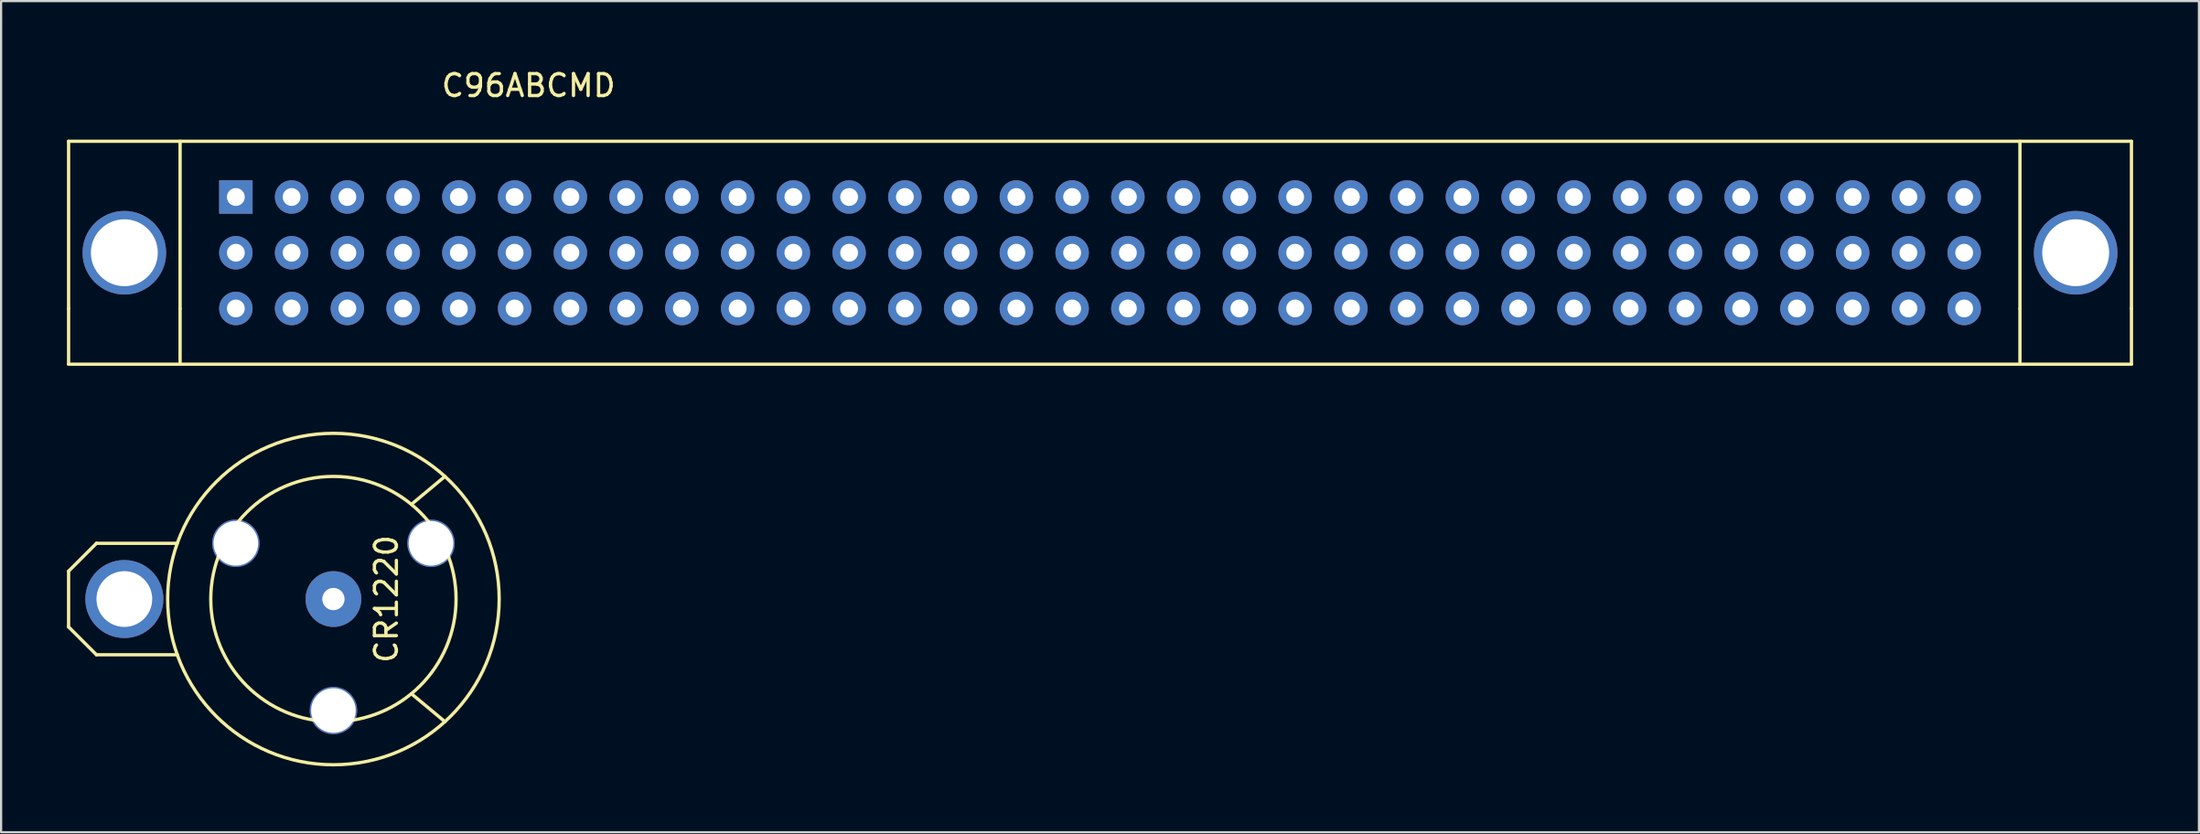
<source format=kicad_pcb>
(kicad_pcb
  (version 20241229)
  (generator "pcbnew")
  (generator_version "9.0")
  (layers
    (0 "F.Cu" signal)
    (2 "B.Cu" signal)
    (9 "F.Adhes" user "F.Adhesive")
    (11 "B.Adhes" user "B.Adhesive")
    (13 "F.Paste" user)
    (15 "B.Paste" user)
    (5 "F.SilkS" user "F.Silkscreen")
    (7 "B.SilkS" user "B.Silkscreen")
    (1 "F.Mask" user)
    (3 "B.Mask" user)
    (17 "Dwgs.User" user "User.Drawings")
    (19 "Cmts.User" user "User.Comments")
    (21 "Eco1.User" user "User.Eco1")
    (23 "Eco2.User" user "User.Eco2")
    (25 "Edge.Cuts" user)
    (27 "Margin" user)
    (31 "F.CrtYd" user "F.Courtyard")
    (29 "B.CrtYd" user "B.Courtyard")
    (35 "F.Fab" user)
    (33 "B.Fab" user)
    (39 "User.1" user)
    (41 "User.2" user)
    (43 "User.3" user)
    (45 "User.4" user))
  (footprint "C96ABCMD"
    (layer "F.Cu")
    (at 47.065 8.468)
    (property "Reference" "C96ABCMD" (at -26.035 -7.62 0) (layer "F.SilkS") (effects (font (size 1 1) (thickness 0.15))))
    (attr through_hole)
    (fp_line (start -46.99 -5.08) (end 46.99 -5.08) (stroke (width 0.15) (type solid)) (layer "F.SilkS"))
    (fp_line (start -46.99 2.54) (end -46.99 -5.08) (stroke (width 0.15) (type solid)) (layer "F.SilkS"))
    (fp_line (start -46.99 2.54) (end -46.99 5.08) (stroke (width 0.15) (type solid)) (layer "F.SilkS"))
    (fp_line (start -46.99 5.08) (end 46.99 5.08) (stroke (width 0.15) (type solid)) (layer "F.SilkS"))
    (fp_line (start -41.91 2.54) (end -41.91 -5.08) (stroke (width 0.15) (type solid)) (layer "F.SilkS"))
    (fp_line (start -41.91 2.54) (end -41.91 5.08) (stroke (width 0.15) (type solid)) (layer "F.SilkS"))
    (fp_line (start 41.91 2.54) (end 41.91 -5.08) (stroke (width 0.15) (type solid)) (layer "F.SilkS"))
    (fp_line (start 41.91 5.08) (end 41.91 2.54) (stroke (width 0.15) (type solid)) (layer "F.SilkS"))
    (fp_line (start 46.99 -5.08) (end 46.99 2.54) (stroke (width 0.15) (type solid)) (layer "F.SilkS"))
    (fp_line (start 46.99 5.08) (end 46.99 2.54) (stroke (width 0.15) (type solid)) (layer "F.SilkS"))
    (pad "65" thru_hole circle (at -44.45 0) (size 3.81 3.81) (drill 3.048) (layers "*.Cu" "*.Mask"))
    (pad "66" thru_hole circle (at 44.45 0) (size 3.81 3.81) (drill 3.048) (layers "*.Cu" "*.Mask"))
    (pad "A1" thru_hole rect (at -39.37 -2.54) (size 1.524 1.524) (drill 0.813) (layers "*.Cu" "*.Mask"))
    (pad "A2" thru_hole circle (at -36.83 -2.54) (size 1.524 1.524) (drill 0.813) (layers "*.Cu" "*.Mask"))
    (pad "A3" thru_hole circle (at -34.29 -2.54) (size 1.524 1.524) (drill 0.813) (layers "*.Cu" "*.Mask"))
    (pad "A4" thru_hole circle (at -31.75 -2.54) (size 1.524 1.524) (drill 0.813) (layers "*.Cu" "*.Mask"))
    (pad "A5" thru_hole circle (at -29.21 -2.54) (size 1.524 1.524) (drill 0.813) (layers "*.Cu" "*.Mask"))
    (pad "A6" thru_hole circle (at -26.67 -2.54) (size 1.524 1.524) (drill 0.813) (layers "*.Cu" "*.Mask"))
    (pad "A7" thru_hole circle (at -24.13 -2.54) (size 1.524 1.524) (drill 0.813) (layers "*.Cu" "*.Mask"))
    (pad "A8" thru_hole circle (at -21.59 -2.54) (size 1.524 1.524) (drill 0.813) (layers "*.Cu" "*.Mask"))
    (pad "A9" thru_hole circle (at -19.05 -2.54) (size 1.524 1.524) (drill 0.813) (layers "*.Cu" "*.Mask"))
    (pad "A10" thru_hole circle (at -16.51 -2.54) (size 1.524 1.524) (drill 0.813) (layers "*.Cu" "*.Mask"))
    (pad "A11" thru_hole circle (at -13.97 -2.54) (size 1.524 1.524) (drill 0.813) (layers "*.Cu" "*.Mask"))
    (pad "A12" thru_hole circle (at -11.43 -2.54) (size 1.524 1.524) (drill 0.813) (layers "*.Cu" "*.Mask"))
    (pad "A13" thru_hole circle (at -8.89 -2.54) (size 1.524 1.524) (drill 0.813) (layers "*.Cu" "*.Mask"))
    (pad "A14" thru_hole circle (at -6.35 -2.54) (size 1.524 1.524) (drill 0.813) (layers "*.Cu" "*.Mask"))
    (pad "A15" thru_hole circle (at -3.81 -2.54) (size 1.524 1.524) (drill 0.813) (layers "*.Cu" "*.Mask"))
    (pad "A16" thru_hole circle (at -1.27 -2.54) (size 1.524 1.524) (drill 0.813) (layers "*.Cu" "*.Mask"))
    (pad "A17" thru_hole circle (at 1.27 -2.54) (size 1.524 1.524) (drill 0.813) (layers "*.Cu" "*.Mask"))
    (pad "A18" thru_hole circle (at 3.81 -2.54) (size 1.524 1.524) (drill 0.813) (layers "*.Cu" "*.Mask"))
    (pad "A19" thru_hole circle (at 6.35 -2.54) (size 1.524 1.524) (drill 0.813) (layers "*.Cu" "*.Mask"))
    (pad "A20" thru_hole circle (at 8.89 -2.54) (size 1.524 1.524) (drill 0.813) (layers "*.Cu" "*.Mask"))
    (pad "A21" thru_hole circle (at 11.43 -2.54) (size 1.524 1.524) (drill 0.813) (layers "*.Cu" "*.Mask"))
    (pad "A22" thru_hole circle (at 13.97 -2.54) (size 1.524 1.524) (drill 0.813) (layers "*.Cu" "*.Mask"))
    (pad "A23" thru_hole circle (at 16.51 -2.54) (size 1.524 1.524) (drill 0.813) (layers "*.Cu" "*.Mask"))
    (pad "A24" thru_hole circle (at 19.05 -2.54) (size 1.524 1.524) (drill 0.813) (layers "*.Cu" "*.Mask"))
    (pad "A25" thru_hole circle (at 21.59 -2.54) (size 1.524 1.524) (drill 0.813) (layers "*.Cu" "*.Mask"))
    (pad "A26" thru_hole circle (at 24.13 -2.54) (size 1.524 1.524) (drill 0.813) (layers "*.Cu" "*.Mask"))
    (pad "A27" thru_hole circle (at 26.67 -2.54) (size 1.524 1.524) (drill 0.813) (layers "*.Cu" "*.Mask"))
    (pad "A28" thru_hole circle (at 29.21 -2.54) (size 1.524 1.524) (drill 0.813) (layers "*.Cu" "*.Mask"))
    (pad "A29" thru_hole circle (at 31.75 -2.54) (size 1.524 1.524) (drill 0.813) (layers "*.Cu" "*.Mask"))
    (pad "A30" thru_hole circle (at 34.29 -2.54) (size 1.524 1.524) (drill 0.813) (layers "*.Cu" "*.Mask"))
    (pad "A31" thru_hole circle (at 36.83 -2.54) (size 1.524 1.524) (drill 0.813) (layers "*.Cu" "*.Mask"))
    (pad "A32" thru_hole circle (at 39.37 -2.54) (size 1.524 1.524) (drill 0.813) (layers "*.Cu" "*.Mask"))
    (pad "B1" thru_hole circle (at -39.37 0) (size 1.524 1.524) (drill 0.813) (layers "*.Cu" "*.Mask"))
    (pad "B2" thru_hole circle (at -36.83 0) (size 1.524 1.524) (drill 0.813) (layers "*.Cu" "*.Mask"))
    (pad "B3" thru_hole circle (at -34.29 0) (size 1.524 1.524) (drill 0.813) (layers "*.Cu" "*.Mask"))
    (pad "B4" thru_hole circle (at -31.75 0) (size 1.524 1.524) (drill 0.813) (layers "*.Cu" "*.Mask"))
    (pad "B5" thru_hole circle (at -29.21 0) (size 1.524 1.524) (drill 0.813) (layers "*.Cu" "*.Mask"))
    (pad "B6" thru_hole circle (at -26.67 0) (size 1.524 1.524) (drill 0.813) (layers "*.Cu" "*.Mask"))
    (pad "B7" thru_hole circle (at -24.13 0) (size 1.524 1.524) (drill 0.813) (layers "*.Cu" "*.Mask"))
    (pad "B8" thru_hole circle (at -21.59 0) (size 1.524 1.524) (drill 0.813) (layers "*.Cu" "*.Mask"))
    (pad "B9" thru_hole circle (at -19.05 0) (size 1.524 1.524) (drill 0.813) (layers "*.Cu" "*.Mask"))
    (pad "B10" thru_hole circle (at -16.51 0) (size 1.524 1.524) (drill 0.813) (layers "*.Cu" "*.Mask"))
    (pad "B11" thru_hole circle (at -13.97 0) (size 1.524 1.524) (drill 0.813) (layers "*.Cu" "*.Mask"))
    (pad "B12" thru_hole circle (at -11.43 0) (size 1.524 1.524) (drill 0.813) (layers "*.Cu" "*.Mask"))
    (pad "B13" thru_hole circle (at -8.89 0) (size 1.524 1.524) (drill 0.813) (layers "*.Cu" "*.Mask"))
    (pad "B14" thru_hole circle (at -6.35 0) (size 1.524 1.524) (drill 0.813) (layers "*.Cu" "*.Mask"))
    (pad "B15" thru_hole circle (at -3.81 0) (size 1.524 1.524) (drill 0.813) (layers "*.Cu" "*.Mask"))
    (pad "B16" thru_hole circle (at -1.27 0) (size 1.524 1.524) (drill 0.813) (layers "*.Cu" "*.Mask"))
    (pad "B17" thru_hole circle (at 1.27 0) (size 1.524 1.524) (drill 0.813) (layers "*.Cu" "*.Mask"))
    (pad "B18" thru_hole circle (at 3.81 0) (size 1.524 1.524) (drill 0.813) (layers "*.Cu" "*.Mask"))
    (pad "B19" thru_hole circle (at 6.35 0) (size 1.524 1.524) (drill 0.813) (layers "*.Cu" "*.Mask"))
    (pad "B20" thru_hole circle (at 8.89 0) (size 1.524 1.524) (drill 0.813) (layers "*.Cu" "*.Mask"))
    (pad "B21" thru_hole circle (at 11.43 0) (size 1.524 1.524) (drill 0.813) (layers "*.Cu" "*.Mask"))
    (pad "B22" thru_hole circle (at 13.97 0) (size 1.524 1.524) (drill 0.813) (layers "*.Cu" "*.Mask"))
    (pad "B23" thru_hole circle (at 16.51 0) (size 1.524 1.524) (drill 0.813) (layers "*.Cu" "*.Mask"))
    (pad "B24" thru_hole circle (at 19.05 0) (size 1.524 1.524) (drill 0.813) (layers "*.Cu" "*.Mask"))
    (pad "B25" thru_hole circle (at 21.59 0) (size 1.524 1.524) (drill 0.813) (layers "*.Cu" "*.Mask"))
    (pad "B26" thru_hole circle (at 24.13 0) (size 1.524 1.524) (drill 0.813) (layers "*.Cu" "*.Mask"))
    (pad "B27" thru_hole circle (at 26.67 0) (size 1.524 1.524) (drill 0.813) (layers "*.Cu" "*.Mask"))
    (pad "B28" thru_hole circle (at 29.21 0) (size 1.524 1.524) (drill 0.813) (layers "*.Cu" "*.Mask"))
    (pad "B29" thru_hole circle (at 31.75 0) (size 1.524 1.524) (drill 0.813) (layers "*.Cu" "*.Mask"))
    (pad "B30" thru_hole circle (at 34.29 0) (size 1.524 1.524) (drill 0.813) (layers "*.Cu" "*.Mask"))
    (pad "B31" thru_hole circle (at 36.83 0) (size 1.524 1.524) (drill 0.813) (layers "*.Cu" "*.Mask"))
    (pad "B32" thru_hole circle (at 39.37 0) (size 1.524 1.524) (drill 0.813) (layers "*.Cu" "*.Mask"))
    (pad "C1" thru_hole circle (at -39.37 2.54) (size 1.524 1.524) (drill 0.813) (layers "*.Cu" "*.Mask"))
    (pad "C2" thru_hole circle (at -36.83 2.54) (size 1.524 1.524) (drill 0.813) (layers "*.Cu" "*.Mask"))
    (pad "C3" thru_hole circle (at -34.29 2.54) (size 1.524 1.524) (drill 0.813) (layers "*.Cu" "*.Mask"))
    (pad "C4" thru_hole circle (at -31.75 2.54) (size 1.524 1.524) (drill 0.813) (layers "*.Cu" "*.Mask"))
    (pad "C5" thru_hole circle (at -29.21 2.54) (size 1.524 1.524) (drill 0.813) (layers "*.Cu" "*.Mask"))
    (pad "C6" thru_hole circle (at -26.67 2.54) (size 1.524 1.524) (drill 0.813) (layers "*.Cu" "*.Mask"))
    (pad "C7" thru_hole circle (at -24.13 2.54) (size 1.524 1.524) (drill 0.813) (layers "*.Cu" "*.Mask"))
    (pad "C8" thru_hole circle (at -21.59 2.54) (size 1.524 1.524) (drill 0.813) (layers "*.Cu" "*.Mask"))
    (pad "C9" thru_hole circle (at -19.05 2.54) (size 1.524 1.524) (drill 0.813) (layers "*.Cu" "*.Mask"))
    (pad "C10" thru_hole circle (at -16.51 2.54) (size 1.524 1.524) (drill 0.813) (layers "*.Cu" "*.Mask"))
    (pad "C11" thru_hole circle (at -13.97 2.54) (size 1.524 1.524) (drill 0.813) (layers "*.Cu" "*.Mask"))
    (pad "C12" thru_hole circle (at -11.43 2.54) (size 1.524 1.524) (drill 0.813) (layers "*.Cu" "*.Mask"))
    (pad "C13" thru_hole circle (at -8.89 2.54) (size 1.524 1.524) (drill 0.813) (layers "*.Cu" "*.Mask"))
    (pad "C14" thru_hole circle (at -6.35 2.54) (size 1.524 1.524) (drill 0.813) (layers "*.Cu" "*.Mask"))
    (pad "C15" thru_hole circle (at -3.81 2.54) (size 1.524 1.524) (drill 0.813) (layers "*.Cu" "*.Mask"))
    (pad "C16" thru_hole circle (at -1.27 2.54) (size 1.524 1.524) (drill 0.813) (layers "*.Cu" "*.Mask"))
    (pad "C17" thru_hole circle (at 1.27 2.54) (size 1.524 1.524) (drill 0.813) (layers "*.Cu" "*.Mask"))
    (pad "C18" thru_hole circle (at 3.81 2.54) (size 1.524 1.524) (drill 0.813) (layers "*.Cu" "*.Mask"))
    (pad "C19" thru_hole circle (at 6.35 2.54) (size 1.524 1.524) (drill 0.813) (layers "*.Cu" "*.Mask"))
    (pad "C20" thru_hole circle (at 8.89 2.54) (size 1.524 1.524) (drill 0.813) (layers "*.Cu" "*.Mask"))
    (pad "C21" thru_hole circle (at 11.43 2.54) (size 1.524 1.524) (drill 0.813) (layers "*.Cu" "*.Mask"))
    (pad "C22" thru_hole circle (at 13.97 2.54) (size 1.524 1.524) (drill 0.813) (layers "*.Cu" "*.Mask"))
    (pad "C23" thru_hole circle (at 16.51 2.54) (size 1.524 1.524) (drill 0.813) (layers "*.Cu" "*.Mask"))
    (pad "C24" thru_hole circle (at 19.05 2.54) (size 1.524 1.524) (drill 0.813) (layers "*.Cu" "*.Mask"))
    (pad "C25" thru_hole circle (at 21.59 2.54) (size 1.524 1.524) (drill 0.813) (layers "*.Cu" "*.Mask"))
    (pad "C26" thru_hole circle (at 24.13 2.54) (size 1.524 1.524) (drill 0.813) (layers "*.Cu" "*.Mask"))
    (pad "C27" thru_hole circle (at 26.67 2.54) (size 1.524 1.524) (drill 0.813) (layers "*.Cu" "*.Mask"))
    (pad "C28" thru_hole circle (at 29.21 2.54) (size 1.524 1.524) (drill 0.813) (layers "*.Cu" "*.Mask"))
    (pad "C29" thru_hole circle (at 31.75 2.54) (size 1.524 1.524) (drill 0.813) (layers "*.Cu" "*.Mask"))
    (pad "C30" thru_hole circle (at 34.29 2.54) (size 1.524 1.524) (drill 0.813) (layers "*.Cu" "*.Mask"))
    (pad "C31" thru_hole circle (at 36.83 2.54) (size 1.524 1.524) (drill 0.813) (layers "*.Cu" "*.Mask"))
    (pad "C32" thru_hole circle (at 39.37 2.54) (size 1.524 1.524) (drill 0.813) (layers "*.Cu" "*.Mask")))
  (footprint "CR1220"
    (layer "F.Cu")
    (at 7.695 24.25)
    (property "Reference" "CR1220" (at 6.858 0 90) (layer "F.SilkS") (effects (font (size 1 1) (thickness 0.15))))
    (attr through_hole)
    (fp_line (start -7.62 -1.27) (end -6.35 -2.54) (stroke (width 0.15) (type solid)) (layer "F.SilkS"))
    (fp_line (start -7.62 1.27) (end -7.62 -1.27) (stroke (width 0.15) (type solid)) (layer "F.SilkS"))
    (fp_line (start -6.35 -2.54) (end -2.667 -2.54) (stroke (width 0.15) (type solid)) (layer "F.SilkS"))
    (fp_line (start -6.35 2.54) (end -7.62 1.27) (stroke (width 0.15) (type solid)) (layer "F.SilkS"))
    (fp_line (start -6.35 2.54) (end -2.667 2.54) (stroke (width 0.15) (type solid)) (layer "F.SilkS"))
    (fp_line (start 8.001 -4.318) (end 9.525 -5.588) (stroke (width 0.15) (type solid)) (layer "F.SilkS"))
    (fp_line (start 8.001 4.318) (end 9.525 5.588) (stroke (width 0.15) (type solid)) (layer "F.SilkS"))
    (fp_circle (center 4.445 0) (end -2.667 2.54) (stroke (width 0.15) (type solid)) (fill no) (layer "F.SilkS"))
    (fp_circle (center 4.445 0) (end -1.143 0) (stroke (width 0.15) (type solid)) (fill no) (layer "F.SilkS"))
    (pad "" thru_hole circle (at 0 -2.54) (size 2.159 2.159) (drill 2.032) (layers "*.Cu" "*.Mask"))
    (pad "" thru_hole circle (at 4.445 5.08) (size 2.159 2.159) (drill 2.032) (layers "*.Cu" "*.Mask"))
    (pad "" thru_hole circle (at 8.89 -2.54) (size 2.159 2.159) (drill 2.032) (layers "*.Cu" "*.Mask"))
    (pad "1" thru_hole circle (at -5.08 0) (size 3.556 3.556) (drill 2.54) (layers "*.Cu" "*.Mask"))
    (pad "2" thru_hole circle (at 4.445 0) (size 2.54 2.54) (drill 1.016) (layers "*.Cu" "*.Mask")))
  (gr_rect
    (start -3 -3)
    (end 97.13 34.877)
    (stroke (width 0.1) (type default))
    (fill no)
    (layer "Edge.Cuts")))
</source>
